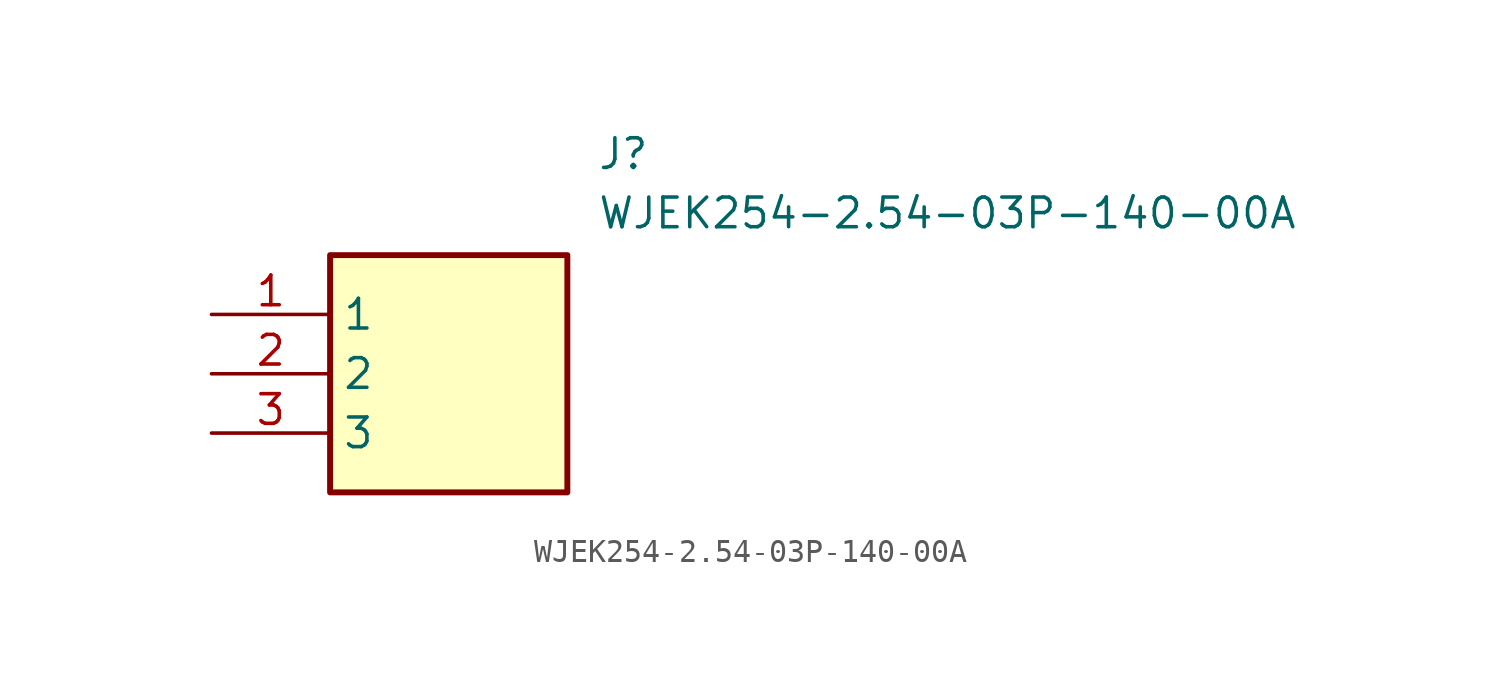
<source format=kicad_sym>
(kicad_symbol_lib
  (version 20211014)
  (generator SamacSys_ECAD_Model)
  (symbol "WJEK254-2.54-03P-140-00A"
    (property "Reference" "J"
      (at 16.51 7.62 0)
      (effects (font (size 1.27 1.27)) (justify left top)))
    (property "Value" "WJEK254-2.54-03P-140-00A"
      (at 16.51 5.08 0)
      (effects (font (size 1.27 1.27)) (justify left top)))
    (rectangle
      (start 5.08 2.54)
      (end 15.24 -7.62)
      (stroke (width 0.254) (type default))
      (fill (type background)))
    (pin passive line
      (at 0 0 0)
      (length 5.08)
      (name "1" (effects (font (size 1.27 1.27))))
      (number "1" (effects (font (size 1.27 1.27)))))
    (pin passive line
      (at 0 -2.54 0)
      (length 5.08)
      (name "2" (effects (font (size 1.27 1.27))))
      (number "2" (effects (font (size 1.27 1.27)))))
    (pin passive line
      (at 0 -5.08 0)
      (length 5.08)
      (name "3" (effects (font (size 1.27 1.27))))
      (number "3" (effects (font (size 1.27 1.27)))))))
</source>
